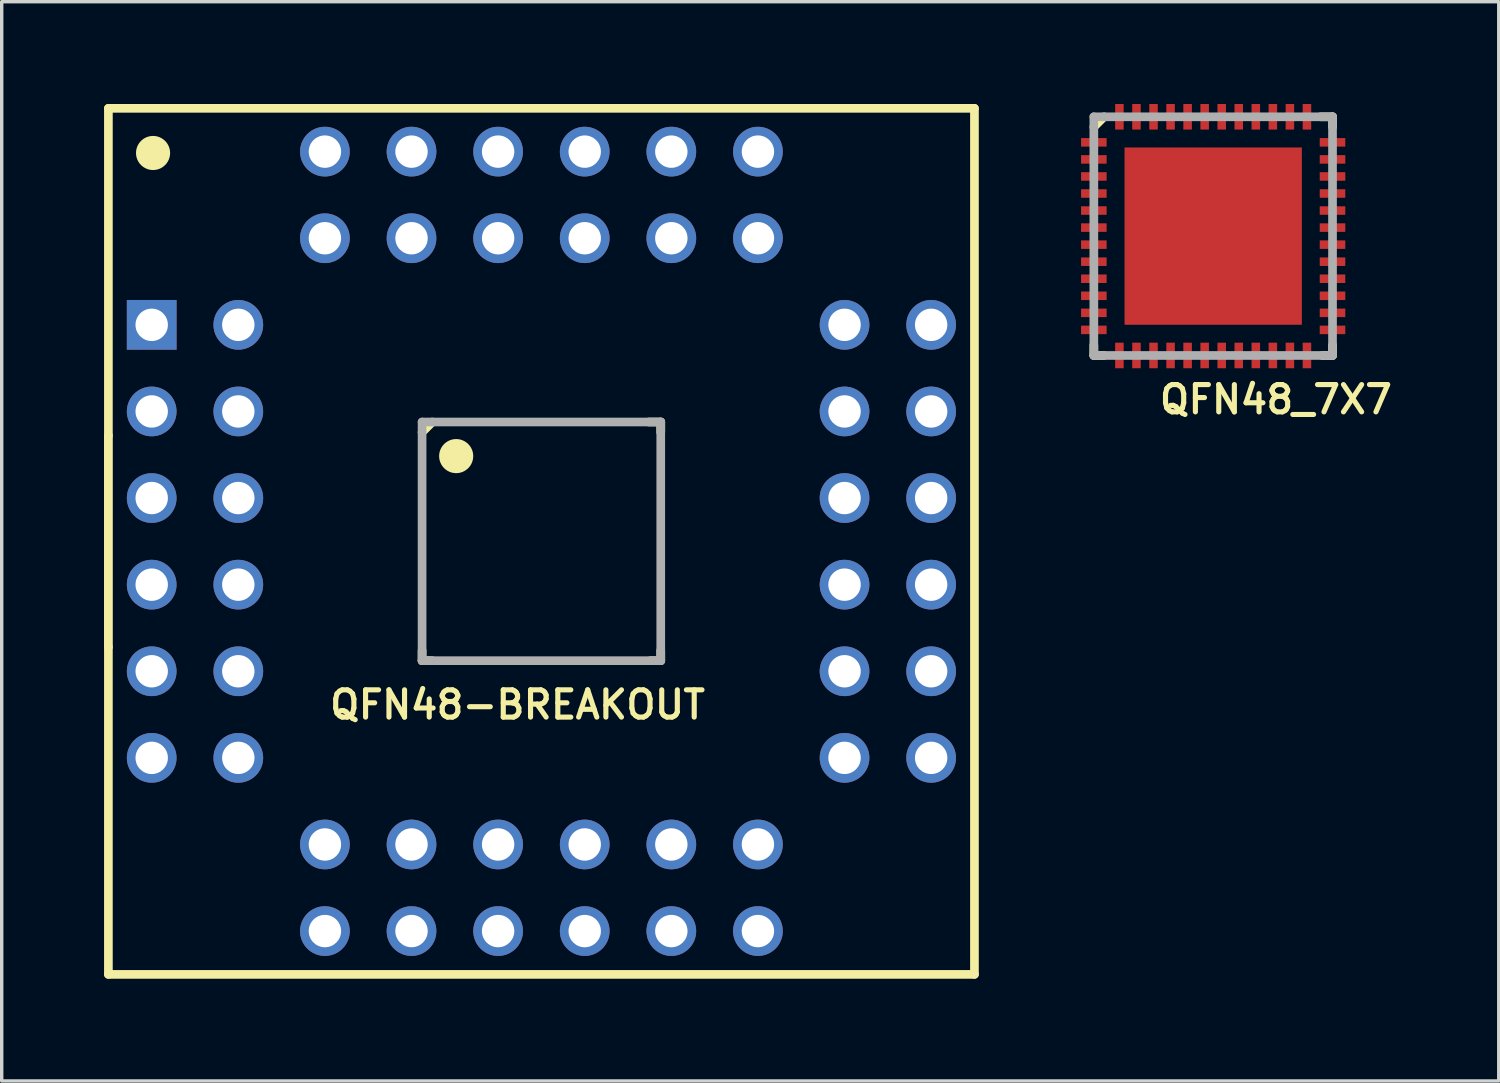
<source format=kicad_pcb>
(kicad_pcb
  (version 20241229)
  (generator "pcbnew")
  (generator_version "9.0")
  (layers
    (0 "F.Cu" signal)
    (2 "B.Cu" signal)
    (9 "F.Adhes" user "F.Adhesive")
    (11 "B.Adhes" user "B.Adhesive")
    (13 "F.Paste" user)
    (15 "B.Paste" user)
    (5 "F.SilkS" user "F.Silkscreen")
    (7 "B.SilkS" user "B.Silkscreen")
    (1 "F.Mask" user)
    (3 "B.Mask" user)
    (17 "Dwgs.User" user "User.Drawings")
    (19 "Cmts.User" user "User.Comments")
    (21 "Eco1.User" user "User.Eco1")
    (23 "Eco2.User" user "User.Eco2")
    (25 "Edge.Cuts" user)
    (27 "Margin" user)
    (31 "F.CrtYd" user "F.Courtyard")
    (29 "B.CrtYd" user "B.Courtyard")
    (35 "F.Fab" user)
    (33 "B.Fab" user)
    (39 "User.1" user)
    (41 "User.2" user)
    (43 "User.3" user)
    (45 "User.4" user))
  (footprint "QFN48-BREAKOUT"
    (layer "F.Cu")
    (at 12.829 12.827)
    (property "Reference" "QFN48-BREAKOUT" (at -0.7 4.792 0) (layer "F.SilkS") (effects (font (size 0.8 0.8) (thickness 0.15))))
    (attr through_hole)
    (fp_line (start -12.7 -12.7) (end 12.7 -12.7) (stroke (width 0.254) (type solid)) (layer "F.SilkS"))
    (fp_line (start -12.7 -3.1) (end -12.7 -12.7) (stroke (width 0.254) (type solid)) (layer "F.SilkS"))
    (fp_line (start -12.7 3.1) (end -12.7 -3.1) (stroke (width 0.257) (type solid)) (layer "F.SilkS"))
    (fp_line (start -12.7 12.7) (end -12.7 3.1) (stroke (width 0.254) (type solid)) (layer "F.SilkS"))
    (fp_line (start -3.5 -3.2) (end -3.2 -3.5) (stroke (width 0.254) (type solid)) (layer "F.SilkS"))
    (fp_line (start -3.5 3.2) (end -3.5 3.5) (stroke (width 0.254) (type solid)) (layer "F.SilkS"))
    (fp_line (start -3.5 3.5) (end -3.2 3.5) (stroke (width 0.254) (type solid)) (layer "F.SilkS"))
    (fp_line (start 3.15 -3.5) (end 3.5 -3.5) (stroke (width 0.254) (type solid)) (layer "F.SilkS"))
    (fp_line (start 3.2 3.5) (end 3.5 3.5) (stroke (width 0.254) (type solid)) (layer "F.SilkS"))
    (fp_line (start 3.5 -3.5) (end 3.5 -3.2) (stroke (width 0.254) (type solid)) (layer "F.SilkS"))
    (fp_line (start 3.5 3.5) (end 3.5 3.2) (stroke (width 0.254) (type solid)) (layer "F.SilkS"))
    (fp_line (start 12.7 -12.7) (end 12.7 12.7) (stroke (width 0.254) (type solid)) (layer "F.SilkS"))
    (fp_line (start 12.7 12.7) (end -12.7 12.7) (stroke (width 0.254) (type solid)) (layer "F.SilkS"))
    (fp_circle (center -11.39 -11.39) (end -10.89 -11.39) (stroke (width 0) (type solid)) (fill yes) (layer "F.SilkS"))
    (fp_circle (center -2.5 -2.5) (end -2 -2.5) (stroke (width 0) (type solid)) (fill yes) (layer "F.SilkS"))
    (fp_line (start -3.5 -3.5) (end -3.5 3.5) (stroke (width 0.254) (type solid)) (layer "F.Fab"))
    (fp_line (start -3.5 3.5) (end 3.5 3.5) (stroke (width 0.254) (type solid)) (layer "F.Fab"))
    (fp_line (start 3.5 -3.5) (end -3.5 -3.5) (stroke (width 0.254) (type solid)) (layer "F.Fab"))
    (fp_line (start 3.5 3.5) (end 3.5 -3.5) (stroke (width 0.254) (type solid)) (layer "F.Fab"))
    (pad "1" thru_hole rect (at -11.43 -6.35) (size 1.458 1.458) (drill 0.95) (layers "*.Cu" "*.Mask"))
    (pad "2" thru_hole circle (at -8.89 -6.35) (size 1.458 1.458) (drill 0.95) (layers "*.Cu" "*.Mask"))
    (pad "3" thru_hole circle (at -11.43 -3.81) (size 1.458 1.458) (drill 0.95) (layers "*.Cu" "*.Mask"))
    (pad "4" thru_hole circle (at -8.89 -3.81) (size 1.458 1.458) (drill 0.95) (layers "*.Cu" "*.Mask"))
    (pad "5" thru_hole circle (at -11.43 -1.27) (size 1.458 1.458) (drill 0.95) (layers "*.Cu" "*.Mask"))
    (pad "6" thru_hole circle (at -8.89 -1.27) (size 1.458 1.458) (drill 0.95) (layers "*.Cu" "*.Mask"))
    (pad "7" thru_hole circle (at -11.43 1.27) (size 1.458 1.458) (drill 0.95) (layers "*.Cu" "*.Mask"))
    (pad "8" thru_hole circle (at -8.89 1.27) (size 1.458 1.458) (drill 0.95) (layers "*.Cu" "*.Mask"))
    (pad "9" thru_hole circle (at -11.43 3.81) (size 1.458 1.458) (drill 0.95) (layers "*.Cu" "*.Mask"))
    (pad "10" thru_hole circle (at -8.89 3.81) (size 1.458 1.458) (drill 0.95) (layers "*.Cu" "*.Mask"))
    (pad "11" thru_hole circle (at -11.43 6.35) (size 1.458 1.458) (drill 0.95) (layers "*.Cu" "*.Mask"))
    (pad "12" thru_hole circle (at -8.89 6.35) (size 1.458 1.458) (drill 0.95) (layers "*.Cu" "*.Mask"))
    (pad "13" thru_hole circle (at -6.35 11.43) (size 1.458 1.458) (drill 0.95) (layers "*.Cu" "*.Mask"))
    (pad "14" thru_hole circle (at -6.35 8.89) (size 1.458 1.458) (drill 0.95) (layers "*.Cu" "*.Mask"))
    (pad "15" thru_hole circle (at -3.81 11.43) (size 1.458 1.458) (drill 0.95) (layers "*.Cu" "*.Mask"))
    (pad "16" thru_hole circle (at -3.81 8.89) (size 1.458 1.458) (drill 0.95) (layers "*.Cu" "*.Mask"))
    (pad "17" thru_hole circle (at -1.27 11.43) (size 1.458 1.458) (drill 0.95) (layers "*.Cu" "*.Mask"))
    (pad "18" thru_hole circle (at -1.27 8.89) (size 1.458 1.458) (drill 0.95) (layers "*.Cu" "*.Mask"))
    (pad "19" thru_hole circle (at 1.27 11.43) (size 1.458 1.458) (drill 0.95) (layers "*.Cu" "*.Mask"))
    (pad "20" thru_hole circle (at 1.27 8.89) (size 1.458 1.458) (drill 0.95) (layers "*.Cu" "*.Mask"))
    (pad "21" thru_hole circle (at 3.81 11.43) (size 1.458 1.458) (drill 0.95) (layers "*.Cu" "*.Mask"))
    (pad "22" thru_hole circle (at 3.81 8.89) (size 1.458 1.458) (drill 0.95) (layers "*.Cu" "*.Mask"))
    (pad "23" thru_hole circle (at 6.35 11.43) (size 1.458 1.458) (drill 0.95) (layers "*.Cu" "*.Mask"))
    (pad "24" thru_hole circle (at 6.35 8.89) (size 1.458 1.458) (drill 0.95) (layers "*.Cu" "*.Mask"))
    (pad "25" thru_hole circle (at 11.43 6.35) (size 1.458 1.458) (drill 0.95) (layers "*.Cu" "*.Mask"))
    (pad "26" thru_hole circle (at 8.89 6.35) (size 1.458 1.458) (drill 0.95) (layers "*.Cu" "*.Mask"))
    (pad "27" thru_hole circle (at 11.43 3.81) (size 1.458 1.458) (drill 0.95) (layers "*.Cu" "*.Mask"))
    (pad "28" thru_hole circle (at 8.89 3.81) (size 1.458 1.458) (drill 0.95) (layers "*.Cu" "*.Mask"))
    (pad "29" thru_hole circle (at 11.43 1.27) (size 1.458 1.458) (drill 0.95) (layers "*.Cu" "*.Mask"))
    (pad "30" thru_hole circle (at 8.89 1.27) (size 1.458 1.458) (drill 0.95) (layers "*.Cu" "*.Mask"))
    (pad "31" thru_hole circle (at 11.43 -1.27) (size 1.458 1.458) (drill 0.95) (layers "*.Cu" "*.Mask"))
    (pad "32" thru_hole circle (at 8.89 -1.27) (size 1.458 1.458) (drill 0.95) (layers "*.Cu" "*.Mask"))
    (pad "33" thru_hole circle (at 11.43 -3.81) (size 1.458 1.458) (drill 0.95) (layers "*.Cu" "*.Mask"))
    (pad "34" thru_hole circle (at 8.89 -3.81) (size 1.458 1.458) (drill 0.95) (layers "*.Cu" "*.Mask"))
    (pad "35" thru_hole circle (at 11.43 -6.35) (size 1.458 1.458) (drill 0.95) (layers "*.Cu" "*.Mask"))
    (pad "36" thru_hole circle (at 8.89 -6.35) (size 1.458 1.458) (drill 0.95) (layers "*.Cu" "*.Mask"))
    (pad "37" thru_hole circle (at 6.35 -11.43) (size 1.458 1.458) (drill 0.95) (layers "*.Cu" "*.Mask"))
    (pad "38" thru_hole circle (at 6.35 -8.89) (size 1.458 1.458) (drill 0.95) (layers "*.Cu" "*.Mask"))
    (pad "39" thru_hole circle (at 3.81 -11.43) (size 1.458 1.458) (drill 0.95) (layers "*.Cu" "*.Mask"))
    (pad "40" thru_hole circle (at 3.81 -8.89) (size 1.458 1.458) (drill 0.95) (layers "*.Cu" "*.Mask"))
    (pad "41" thru_hole circle (at 1.27 -11.43) (size 1.458 1.458) (drill 0.95) (layers "*.Cu" "*.Mask"))
    (pad "42" thru_hole circle (at 1.27 -8.89) (size 1.458 1.458) (drill 0.95) (layers "*.Cu" "*.Mask"))
    (pad "43" thru_hole circle (at -1.27 -11.43) (size 1.458 1.458) (drill 0.95) (layers "*.Cu" "*.Mask"))
    (pad "44" thru_hole circle (at -1.27 -8.89) (size 1.458 1.458) (drill 0.95) (layers "*.Cu" "*.Mask"))
    (pad "45" thru_hole circle (at -3.81 -11.43) (size 1.458 1.458) (drill 0.95) (layers "*.Cu" "*.Mask"))
    (pad "46" thru_hole circle (at -3.81 -8.89) (size 1.458 1.458) (drill 0.95) (layers "*.Cu" "*.Mask"))
    (pad "47" thru_hole circle (at -6.35 -11.43) (size 1.458 1.458) (drill 0.95) (layers "*.Cu" "*.Mask"))
    (pad "48" thru_hole circle (at -6.35 -8.89) (size 1.458 1.458) (drill 0.95) (layers "*.Cu" "*.Mask")))
  (footprint "QFN48_7X7"
    (layer "F.Cu")
    (at 32.531 3.875)
    (property "Reference" "QFN48_7X7" (at 1.84 4.792 0) (layer "F.SilkS") (effects (font (size 0.8 0.8) (thickness 0.15))))
    (attr smd)
    (fp_line (start -3.5 -3.2) (end -3.2 -3.5) (stroke (width 0.254) (type solid)) (layer "F.SilkS"))
    (fp_line (start -3.5 3.2) (end -3.5 3.5) (stroke (width 0.254) (type solid)) (layer "F.SilkS"))
    (fp_line (start -3.5 3.5) (end -3.2 3.5) (stroke (width 0.254) (type solid)) (layer "F.SilkS"))
    (fp_line (start 3.15 -3.5) (end 3.5 -3.5) (stroke (width 0.254) (type solid)) (layer "F.SilkS"))
    (fp_line (start 3.2 3.5) (end 3.5 3.5) (stroke (width 0.254) (type solid)) (layer "F.SilkS"))
    (fp_line (start 3.5 -3.5) (end 3.5 -3.2) (stroke (width 0.254) (type solid)) (layer "F.SilkS"))
    (fp_line (start 3.5 3.5) (end 3.5 3.2) (stroke (width 0.254) (type solid)) (layer "F.SilkS"))
    (fp_poly (pts (xy -2.286 -2.286) (xy 2.286 -2.286) (xy 2.286 2.286) (xy -2.286 2.286)) (stroke (width 0.01) (type solid)) (fill yes) (layer "F.Paste"))
    (fp_line (start -3.5 -3.5) (end -3.5 3.5) (stroke (width 0.254) (type solid)) (layer "F.Fab"))
    (fp_line (start -3.5 3.5) (end 3.5 3.5) (stroke (width 0.254) (type solid)) (layer "F.Fab"))
    (fp_line (start 3.5 -3.5) (end -3.5 -3.5) (stroke (width 0.254) (type solid)) (layer "F.Fab"))
    (fp_line (start 3.5 3.5) (end 3.5 -3.5) (stroke (width 0.254) (type solid)) (layer "F.Fab"))
    (pad "1" smd rect (at -3.5 -2.75) (size 0.75 0.25) (layers "F.Cu" "F.Mask" "F.Paste"))
    (pad "2" smd rect (at -3.5 -2.25) (size 0.75 0.25) (layers "F.Cu" "F.Mask" "F.Paste"))
    (pad "3" smd rect (at -3.5 -1.75) (size 0.75 0.25) (layers "F.Cu" "F.Mask" "F.Paste"))
    (pad "4" smd rect (at -3.5 -1.25) (size 0.75 0.25) (layers "F.Cu" "F.Mask" "F.Paste"))
    (pad "5" smd rect (at -3.5 -0.75) (size 0.75 0.25) (layers "F.Cu" "F.Mask" "F.Paste"))
    (pad "6" smd rect (at -3.5 -0.25) (size 0.75 0.25) (layers "F.Cu" "F.Mask" "F.Paste"))
    (pad "7" smd rect (at -3.5 0.25) (size 0.75 0.25) (layers "F.Cu" "F.Mask" "F.Paste"))
    (pad "8" smd rect (at -3.5 0.75) (size 0.75 0.25) (layers "F.Cu" "F.Mask" "F.Paste"))
    (pad "9" smd rect (at -3.5 1.25) (size 0.75 0.25) (layers "F.Cu" "F.Mask" "F.Paste"))
    (pad "10" smd rect (at -3.5 1.75) (size 0.75 0.25) (layers "F.Cu" "F.Mask" "F.Paste"))
    (pad "11" smd rect (at -3.5 2.25) (size 0.75 0.25) (layers "F.Cu" "F.Mask" "F.Paste"))
    (pad "12" smd rect (at -3.5 2.75) (size 0.75 0.25) (layers "F.Cu" "F.Mask" "F.Paste"))
    (pad "13" smd rect (at -2.75 3.5 90) (size 0.75 0.25) (layers "F.Cu" "F.Mask" "F.Paste"))
    (pad "14" smd rect (at -2.25 3.5 90) (size 0.75 0.25) (layers "F.Cu" "F.Mask" "F.Paste"))
    (pad "15" smd rect (at -1.75 3.5 90) (size 0.75 0.25) (layers "F.Cu" "F.Mask" "F.Paste"))
    (pad "16" smd rect (at -1.25 3.5 90) (size 0.75 0.25) (layers "F.Cu" "F.Mask" "F.Paste"))
    (pad "17" smd rect (at -0.75 3.5 90) (size 0.75 0.25) (layers "F.Cu" "F.Mask" "F.Paste"))
    (pad "18" smd rect (at -0.25 3.5 90) (size 0.75 0.25) (layers "F.Cu" "F.Mask" "F.Paste"))
    (pad "19" smd rect (at 0.25 3.5 90) (size 0.75 0.25) (layers "F.Cu" "F.Mask" "F.Paste"))
    (pad "20" smd rect (at 0.75 3.5 90) (size 0.75 0.25) (layers "F.Cu" "F.Mask" "F.Paste"))
    (pad "21" smd rect (at 1.25 3.5 90) (size 0.75 0.25) (layers "F.Cu" "F.Mask" "F.Paste"))
    (pad "22" smd rect (at 1.75 3.5 90) (size 0.75 0.25) (layers "F.Cu" "F.Mask" "F.Paste"))
    (pad "23" smd rect (at 2.25 3.5 90) (size 0.75 0.25) (layers "F.Cu" "F.Mask" "F.Paste"))
    (pad "24" smd rect (at 2.75 3.5 90) (size 0.75 0.25) (layers "F.Cu" "F.Mask" "F.Paste"))
    (pad "25" smd rect (at 3.5 2.75 180) (size 0.75 0.25) (layers "F.Cu" "F.Mask" "F.Paste"))
    (pad "26" smd rect (at 3.5 2.25 180) (size 0.75 0.25) (layers "F.Cu" "F.Mask" "F.Paste"))
    (pad "27" smd rect (at 3.5 1.75 180) (size 0.75 0.25) (layers "F.Cu" "F.Mask" "F.Paste"))
    (pad "28" smd rect (at 3.5 1.25 180) (size 0.75 0.25) (layers "F.Cu" "F.Mask" "F.Paste"))
    (pad "29" smd rect (at 3.5 0.75 180) (size 0.75 0.25) (layers "F.Cu" "F.Mask" "F.Paste"))
    (pad "30" smd rect (at 3.5 0.25 180) (size 0.75 0.25) (layers "F.Cu" "F.Mask" "F.Paste"))
    (pad "31" smd rect (at 3.5 -0.25 180) (size 0.75 0.25) (layers "F.Cu" "F.Mask" "F.Paste"))
    (pad "32" smd rect (at 3.5 -0.75 180) (size 0.75 0.25) (layers "F.Cu" "F.Mask" "F.Paste"))
    (pad "33" smd rect (at 3.5 -1.25 180) (size 0.75 0.25) (layers "F.Cu" "F.Mask" "F.Paste"))
    (pad "34" smd rect (at 3.5 -1.75 180) (size 0.75 0.25) (layers "F.Cu" "F.Mask" "F.Paste"))
    (pad "35" smd rect (at 3.5 -2.25 180) (size 0.75 0.25) (layers "F.Cu" "F.Mask" "F.Paste"))
    (pad "36" smd rect (at 3.5 -2.75 180) (size 0.75 0.25) (layers "F.Cu" "F.Mask" "F.Paste"))
    (pad "37" smd rect (at 2.75 -3.5 270) (size 0.75 0.25) (layers "F.Cu" "F.Mask" "F.Paste"))
    (pad "38" smd rect (at 2.25 -3.5 270) (size 0.75 0.25) (layers "F.Cu" "F.Mask" "F.Paste"))
    (pad "39" smd rect (at 1.75 -3.5 270) (size 0.75 0.25) (layers "F.Cu" "F.Mask" "F.Paste"))
    (pad "40" smd rect (at 1.25 -3.5 270) (size 0.75 0.25) (layers "F.Cu" "F.Mask" "F.Paste"))
    (pad "41" smd rect (at 0.75 -3.5 270) (size 0.75 0.25) (layers "F.Cu" "F.Mask" "F.Paste"))
    (pad "42" smd rect (at 0.25 -3.5 270) (size 0.75 0.25) (layers "F.Cu" "F.Mask" "F.Paste"))
    (pad "43" smd rect (at -0.25 -3.5 270) (size 0.75 0.25) (layers "F.Cu" "F.Mask" "F.Paste"))
    (pad "44" smd rect (at -0.75 -3.5 270) (size 0.75 0.25) (layers "F.Cu" "F.Mask" "F.Paste"))
    (pad "45" smd rect (at -1.25 -3.5 270) (size 0.75 0.25) (layers "F.Cu" "F.Mask" "F.Paste"))
    (pad "46" smd rect (at -1.75 -3.5 270) (size 0.75 0.25) (layers "F.Cu" "F.Mask" "F.Paste"))
    (pad "47" smd rect (at -2.25 -3.5 270) (size 0.75 0.25) (layers "F.Cu" "F.Mask" "F.Paste"))
    (pad "48" smd rect (at -2.75 -3.5 270) (size 0.75 0.25) (layers "F.Cu" "F.Mask" "F.Paste"))
    (pad "EP" smd rect (at 0 0) (size 5.2 5.2) (layers "F.Cu" "F.Mask" "F.Paste")))
  (gr_rect
    (start -3 -3)
    (end 40.906 28.654)
    (stroke (width 0.1) (type default))
    (fill no)
    (layer "Edge.Cuts")))
</source>
